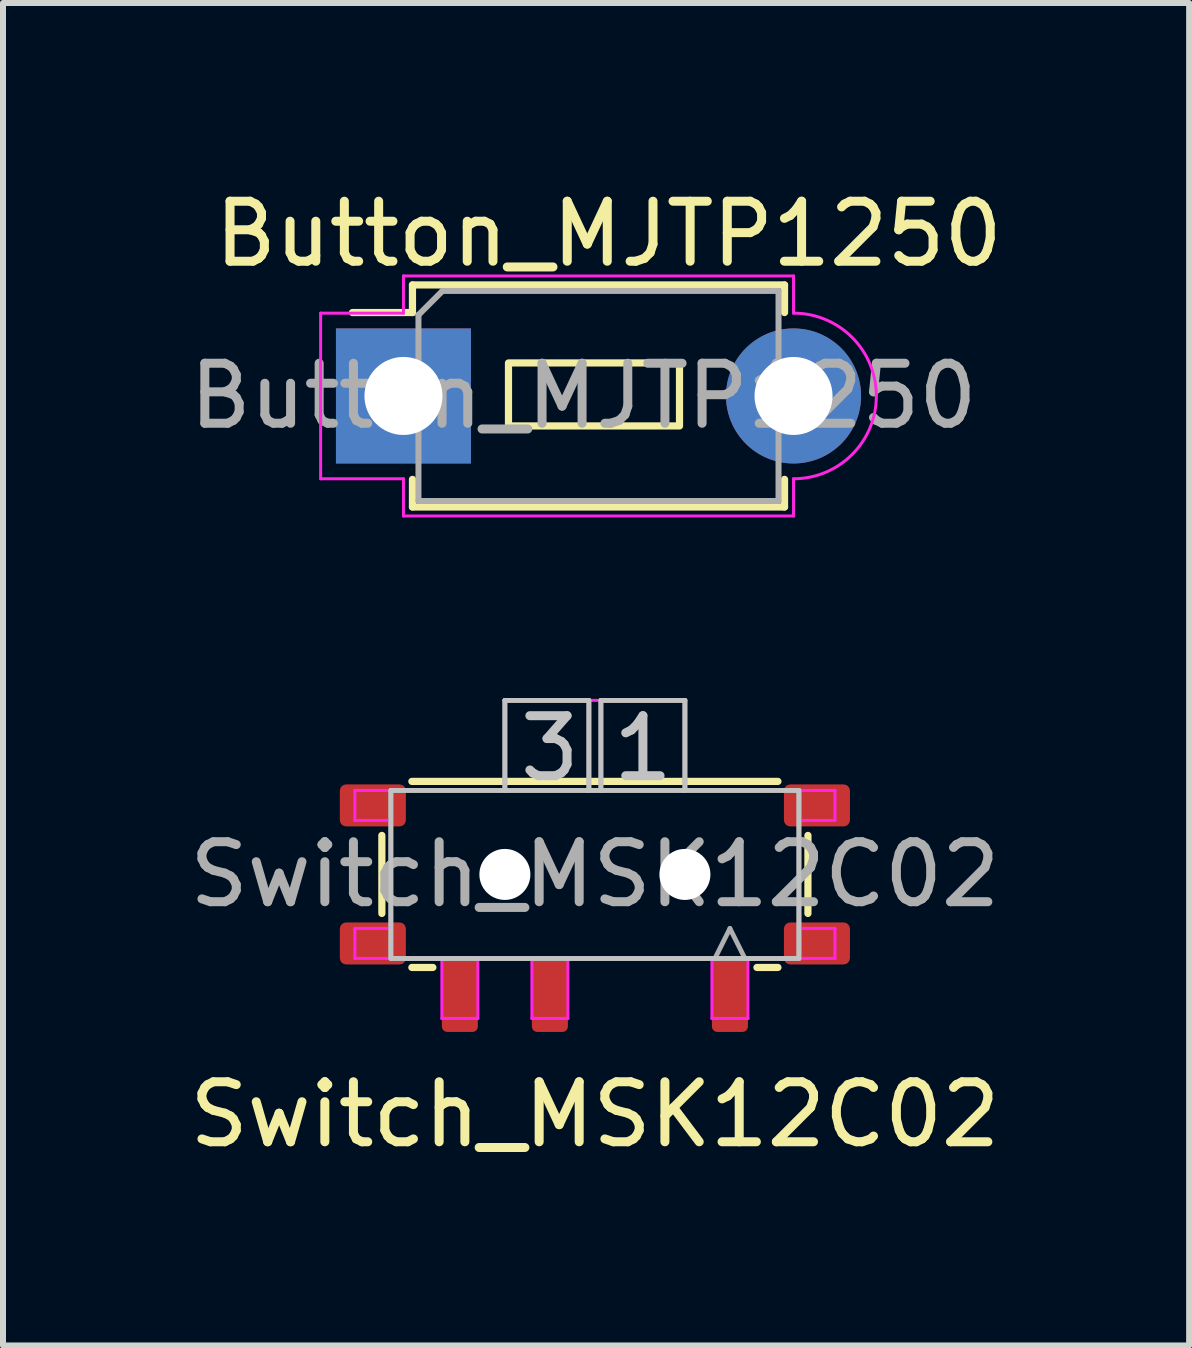
<source format=kicad_pcb>
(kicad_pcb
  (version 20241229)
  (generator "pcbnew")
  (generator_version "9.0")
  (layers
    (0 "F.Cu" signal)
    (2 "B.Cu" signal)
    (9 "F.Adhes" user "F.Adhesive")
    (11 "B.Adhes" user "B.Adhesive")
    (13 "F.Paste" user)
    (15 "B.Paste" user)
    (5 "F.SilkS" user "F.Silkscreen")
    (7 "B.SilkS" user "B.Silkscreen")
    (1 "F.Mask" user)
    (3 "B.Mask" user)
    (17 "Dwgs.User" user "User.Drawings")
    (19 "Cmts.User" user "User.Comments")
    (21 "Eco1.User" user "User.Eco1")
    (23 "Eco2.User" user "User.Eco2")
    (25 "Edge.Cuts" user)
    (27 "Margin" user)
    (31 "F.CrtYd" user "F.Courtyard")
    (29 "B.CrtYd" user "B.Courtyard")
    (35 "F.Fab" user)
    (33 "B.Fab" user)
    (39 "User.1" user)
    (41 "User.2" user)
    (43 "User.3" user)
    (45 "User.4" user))
  (footprint "Switch_MSK12C02"
    (layer "F.Cu")
    (at 6.863 11.521)
    (property "Reference" "Switch_MSK12C02" (at 0 4 0) (unlocked yes) (layer "F.SilkS") (effects (font (size 1 1) (thickness 0.15))))
    (attr smd)
    (fp_line (start -3.55 -0.65) (end -3.55 0.65) (stroke (width 0.12) (type solid)) (layer "F.SilkS"))
    (fp_line (start -3.05 -1.55) (end 3.05 -1.55) (stroke (width 0.12) (type solid)) (layer "F.SilkS"))
    (fp_line (start -2.7 1.55) (end -3.05 1.55) (stroke (width 0.12) (type solid)) (layer "F.SilkS"))
    (fp_line (start 3.05 1.55) (end 2.7 1.55) (stroke (width 0.12) (type solid)) (layer "F.SilkS"))
    (fp_line (start 3.55 0.65) (end 3.55 -0.65) (stroke (width 0.12) (type solid)) (layer "F.SilkS"))
    (fp_line (start -3.4 -1.4) (end -3.4 1.4) (stroke (width 0.08) (type solid)) (layer "Dwgs.User"))
    (fp_line (start -3.4 1.4) (end 3.4 1.4) (stroke (width 0.08) (type solid)) (layer "Dwgs.User"))
    (fp_line (start -1.5 -2.9) (end -1.5 -1.4) (stroke (width 0.08) (type solid)) (layer "Dwgs.User"))
    (fp_line (start -0.1 -2.9) (end -1.5 -2.9) (stroke (width 0.08) (type solid)) (layer "Dwgs.User"))
    (fp_line (start -0.1 -1.4) (end -0.1 -2.9) (stroke (width 0.08) (type solid)) (layer "Dwgs.User"))
    (fp_line (start 0.1 -2.9) (end 1.5 -2.9) (stroke (width 0.08) (type solid)) (layer "Dwgs.User"))
    (fp_line (start 0.1 -1.4) (end 0.1 -2.9) (stroke (width 0.08) (type solid)) (layer "Dwgs.User"))
    (fp_line (start 1.5 -2.9) (end 1.5 -1.4) (stroke (width 0.08) (type solid)) (layer "Dwgs.User"))
    (fp_line (start 3.4 -1.4) (end -3.4 -1.4) (stroke (width 0.08) (type solid)) (layer "Dwgs.User"))
    (fp_line (start 3.4 1.4) (end 3.4 -1.4) (stroke (width 0.08) (type solid)) (layer "Dwgs.User"))
    (fp_line (start -4 -1.4) (end -4 -0.9) (stroke (width 0.05) (type solid)) (layer "F.CrtYd"))
    (fp_line (start -4 -1.4) (end -1.5 -1.4) (stroke (width 0.05) (type solid)) (layer "F.CrtYd"))
    (fp_line (start -4 -0.9) (end -3.4 -0.9) (stroke (width 0.05) (type solid)) (layer "F.CrtYd"))
    (fp_line (start -4 0.9) (end -4 1.4) (stroke (width 0.05) (type solid)) (layer "F.CrtYd"))
    (fp_line (start -3.4 0.9) (end -4 0.9) (stroke (width 0.05) (type solid)) (layer "F.CrtYd"))
    (fp_line (start -3.4 0.9) (end -3.4 -0.9) (stroke (width 0.05) (type solid)) (layer "F.CrtYd"))
    (fp_line (start -2.55 1.4) (end -4 1.4) (stroke (width 0.05) (type solid)) (layer "F.CrtYd"))
    (fp_line (start -2.55 2.4) (end -2.55 1.4) (stroke (width 0.05) (type solid)) (layer "F.CrtYd"))
    (fp_line (start -2.55 2.4) (end -1.95 2.4) (stroke (width 0.05) (type solid)) (layer "F.CrtYd"))
    (fp_line (start -1.95 1.4) (end -1.05 1.4) (stroke (width 0.05) (type solid)) (layer "F.CrtYd"))
    (fp_line (start -1.95 2.4) (end -1.95 1.4) (stroke (width 0.05) (type solid)) (layer "F.CrtYd"))
    (fp_line (start -1.5 -2.9) (end 1.5 -2.9) (stroke (width 0.05) (type solid)) (layer "F.CrtYd"))
    (fp_line (start -1.5 -1.4) (end -1.5 -2.9) (stroke (width 0.05) (type solid)) (layer "F.CrtYd"))
    (fp_line (start -1.05 2.4) (end -1.05 1.4) (stroke (width 0.05) (type solid)) (layer "F.CrtYd"))
    (fp_line (start -1.05 2.4) (end -0.45 2.4) (stroke (width 0.05) (type solid)) (layer "F.CrtYd"))
    (fp_line (start -0.45 1.4) (end 1.95 1.4) (stroke (width 0.05) (type solid)) (layer "F.CrtYd"))
    (fp_line (start -0.45 2.4) (end -0.45 1.4) (stroke (width 0.05) (type solid)) (layer "F.CrtYd"))
    (fp_line (start 1.5 -2.9) (end 1.5 -1.4) (stroke (width 0.05) (type solid)) (layer "F.CrtYd"))
    (fp_line (start 1.5 -1.4) (end 4 -1.4) (stroke (width 0.05) (type solid)) (layer "F.CrtYd"))
    (fp_line (start 1.95 2.4) (end 1.95 1.4) (stroke (width 0.05) (type solid)) (layer "F.CrtYd"))
    (fp_line (start 1.95 2.4) (end 2.55 2.4) (stroke (width 0.05) (type solid)) (layer "F.CrtYd"))
    (fp_line (start 2.55 1.4) (end 4 1.4) (stroke (width 0.05) (type solid)) (layer "F.CrtYd"))
    (fp_line (start 2.55 2.4) (end 2.55 1.4) (stroke (width 0.05) (type solid)) (layer "F.CrtYd"))
    (fp_line (start 3.4 -0.9) (end 4 -0.9) (stroke (width 0.05) (type solid)) (layer "F.CrtYd"))
    (fp_line (start 3.4 0.9) (end 3.4 -0.9) (stroke (width 0.05) (type solid)) (layer "F.CrtYd"))
    (fp_line (start 4 -0.9) (end 4 -1.4) (stroke (width 0.05) (type solid)) (layer "F.CrtYd"))
    (fp_line (start 4 0.9) (end 3.4 0.9) (stroke (width 0.05) (type solid)) (layer "F.CrtYd"))
    (fp_line (start 4 1.4) (end 4 0.9) (stroke (width 0.05) (type solid)) (layer "F.CrtYd"))
    (fp_line (start -3.4 -1.4) (end -3.4 1.4) (stroke (width 0.08) (type solid)) (layer "F.Fab"))
    (fp_line (start -3.4 1.4) (end 3.4 1.4) (stroke (width 0.08) (type solid)) (layer "F.Fab"))
    (fp_line (start -1.5 -2.9) (end -1.5 -1.4) (stroke (width 0.08) (type solid)) (layer "F.Fab"))
    (fp_line (start -0.1 -2.9) (end -1.5 -2.9) (stroke (width 0.08) (type solid)) (layer "F.Fab"))
    (fp_line (start -0.1 -1.4) (end -0.1 -2.9) (stroke (width 0.08) (type solid)) (layer "F.Fab"))
    (fp_line (start 0.1 -2.9) (end 1.5 -2.9) (stroke (width 0.08) (type solid)) (layer "F.Fab"))
    (fp_line (start 0.1 -1.4) (end 0.1 -2.9) (stroke (width 0.08) (type solid)) (layer "F.Fab"))
    (fp_line (start 1.5 -2.9) (end 1.5 -1.4) (stroke (width 0.08) (type solid)) (layer "F.Fab"))
    (fp_line (start 2 1.4) (end 2.25 0.9) (stroke (width 0.08) (type default)) (layer "F.Fab"))
    (fp_line (start 2.25 0.9) (end 2.5 1.4) (stroke (width 0.08) (type default)) (layer "F.Fab"))
    (fp_line (start 3.4 -1.4) (end -3.4 -1.4) (stroke (width 0.08) (type solid)) (layer "F.Fab"))
    (fp_line (start 3.4 1.4) (end 3.4 -1.4) (stroke (width 0.08) (type solid)) (layer "F.Fab"))
    (fp_text user "1" (at 0.8 -2.1 0) (unlocked yes) (layer "Dwgs.User") (effects (font (size 1 1) (thickness 0.15))))
    (fp_text user "3" (at -0.75 -2.1 0) (unlocked yes) (layer "Dwgs.User") (effects (font (size 1 1) (thickness 0.15))))
    (fp_text user "${REFERENCE}" (at 0 0 0) (layer "F.Fab") (effects (font (size 1 1) (thickness 0.15))))
    (pad "" np_thru_hole circle (at -1.5 0 180) (size 0.85 0.85) (drill 0.85) (layers "*.Cu" "*.Mask"))
    (pad "" np_thru_hole circle (at 1.5 0 180) (size 0.85 0.85) (drill 0.85) (layers "*.Cu" "*.Mask"))
    (pad "1" smd roundrect (at 2.25 2 180) (size 0.6 1.25) (layers "F.Cu" "F.Mask" "F.Paste") (roundrect_rratio 0.15))
    (pad "2" smd roundrect (at -0.75 2 180) (size 0.6 1.25) (layers "F.Cu" "F.Mask" "F.Paste") (roundrect_rratio 0.15))
    (pad "3" smd roundrect (at -2.25 2 180) (size 0.6 1.25) (layers "F.Cu" "F.Mask" "F.Paste") (roundrect_rratio 0.15))
    (pad "MP" smd roundrect (at -3.7 -1.15 270) (size 0.7 1.1) (layers "F.Cu" "F.Mask" "F.Paste") (roundrect_rratio 0.15))
    (pad "MP" smd roundrect (at -3.7 1.15 270) (size 0.7 1.1) (layers "F.Cu" "F.Mask" "F.Paste") (roundrect_rratio 0.15))
    (pad "MP" smd roundrect (at 3.7 -1.15 270) (size 0.7 1.1) (layers "F.Cu" "F.Mask" "F.Paste") (roundrect_rratio 0.15))
    (pad "MP" smd roundrect (at 3.7 1.15 270) (size 0.7 1.1) (layers "F.Cu" "F.Mask" "F.Paste") (roundrect_rratio 0.15)))
  (footprint "Button_MJTP1250"
    (layer "F.Cu")
    (at 3.673 3.548)
    (property "Reference" "Button_MJTP1250" (at 3.42 -2.7 0) (layer "F.SilkS") (effects (font (size 1 1) (thickness 0.15))))
    (attr through_hole)
    (fp_line (start 0.15 -1.85) (end 0.15 -1.39) (stroke (width 0.12) (type default)) (layer "F.SilkS"))
    (fp_line (start 0.15 -1.39) (end -0.85 -1.39) (stroke (width 0.12) (type default)) (layer "F.SilkS"))
    (fp_line (start 0.15 1.39) (end 0.15 1.85) (stroke (width 0.12) (type solid)) (layer "F.SilkS"))
    (fp_line (start 0.15 1.85) (end 6.35 1.85) (stroke (width 0.12) (type solid)) (layer "F.SilkS"))
    (fp_line (start 6.35 -1.85) (end 0.15 -1.85) (stroke (width 0.12) (type solid)) (layer "F.SilkS"))
    (fp_line (start 6.35 -1.85) (end 6.35 -1.39) (stroke (width 0.12) (type solid)) (layer "F.SilkS"))
    (fp_line (start 6.35 1.39) (end 6.35 1.85) (stroke (width 0.12) (type solid)) (layer "F.SilkS"))
    (fp_rect (start 1.75 -0.55) (end 4.6 0.5) (stroke (width 0.12) (type default)) (fill no) (layer "F.SilkS"))
    (fp_line (start -1.38 -1.38) (end 0 -1.38) (stroke (width 0.05) (type default)) (layer "F.CrtYd"))
    (fp_line (start -1.38 1.38) (end -1.38 -1.38) (stroke (width 0.05) (type solid)) (layer "F.CrtYd"))
    (fp_line (start -1.38 1.38) (end 0 1.38) (stroke (width 0.05) (type default)) (layer "F.CrtYd"))
    (fp_line (start 0 -2) (end 0 -1.38) (stroke (width 0.05) (type default)) (layer "F.CrtYd"))
    (fp_line (start 0 -2) (end 6.5 -2) (stroke (width 0.05) (type solid)) (layer "F.CrtYd"))
    (fp_line (start 0 1.38) (end 0 2) (stroke (width 0.05) (type default)) (layer "F.CrtYd"))
    (fp_line (start 6.5 -2) (end 6.5 -1.38) (stroke (width 0.05) (type default)) (layer "F.CrtYd"))
    (fp_line (start 6.5 1.38) (end 6.5 2) (stroke (width 0.05) (type default)) (layer "F.CrtYd"))
    (fp_line (start 6.5 2) (end 0 2) (stroke (width 0.05) (type solid)) (layer "F.CrtYd"))
    (fp_arc (start 6.5 -1.38) (mid 7.88 0) (end 6.5 1.38) (stroke (width 0.05) (type default)) (layer "F.CrtYd"))
    (fp_line (start 0.25 1.75) (end 0.25 -1.35) (stroke (width 0.1) (type solid)) (layer "F.Fab"))
    (fp_line (start 0.65 -1.75) (end 0.25 -1.35) (stroke (width 0.1) (type default)) (layer "F.Fab"))
    (fp_line (start 0.65 -1.75) (end 6.25 -1.75) (stroke (width 0.1) (type solid)) (layer "F.Fab"))
    (fp_line (start 6.25 -1.75) (end 6.25 1.75) (stroke (width 0.1) (type solid)) (layer "F.Fab"))
    (fp_line (start 6.25 1.75) (end 0.25 1.75) (stroke (width 0.1) (type solid)) (layer "F.Fab"))
    (fp_text user "${REFERENCE}" (at 3 0 0) (layer "F.Fab") (effects (font (size 1 1) (thickness 0.15))))
    (pad "1" thru_hole rect (at 0 0 90) (size 2.25 2.25) (drill 1.3) (layers "*.Cu" "*.Mask"))
    (pad "2" thru_hole circle (at 6.5 0 90) (size 2.25 2.25) (drill 1.3) (layers "*.Cu" "*.Mask")))
  (gr_rect
    (start -3 -3)
    (end 16.765 19.37)
    (stroke (width 0.1) (type default))
    (fill no)
    (layer "Edge.Cuts")))
</source>
